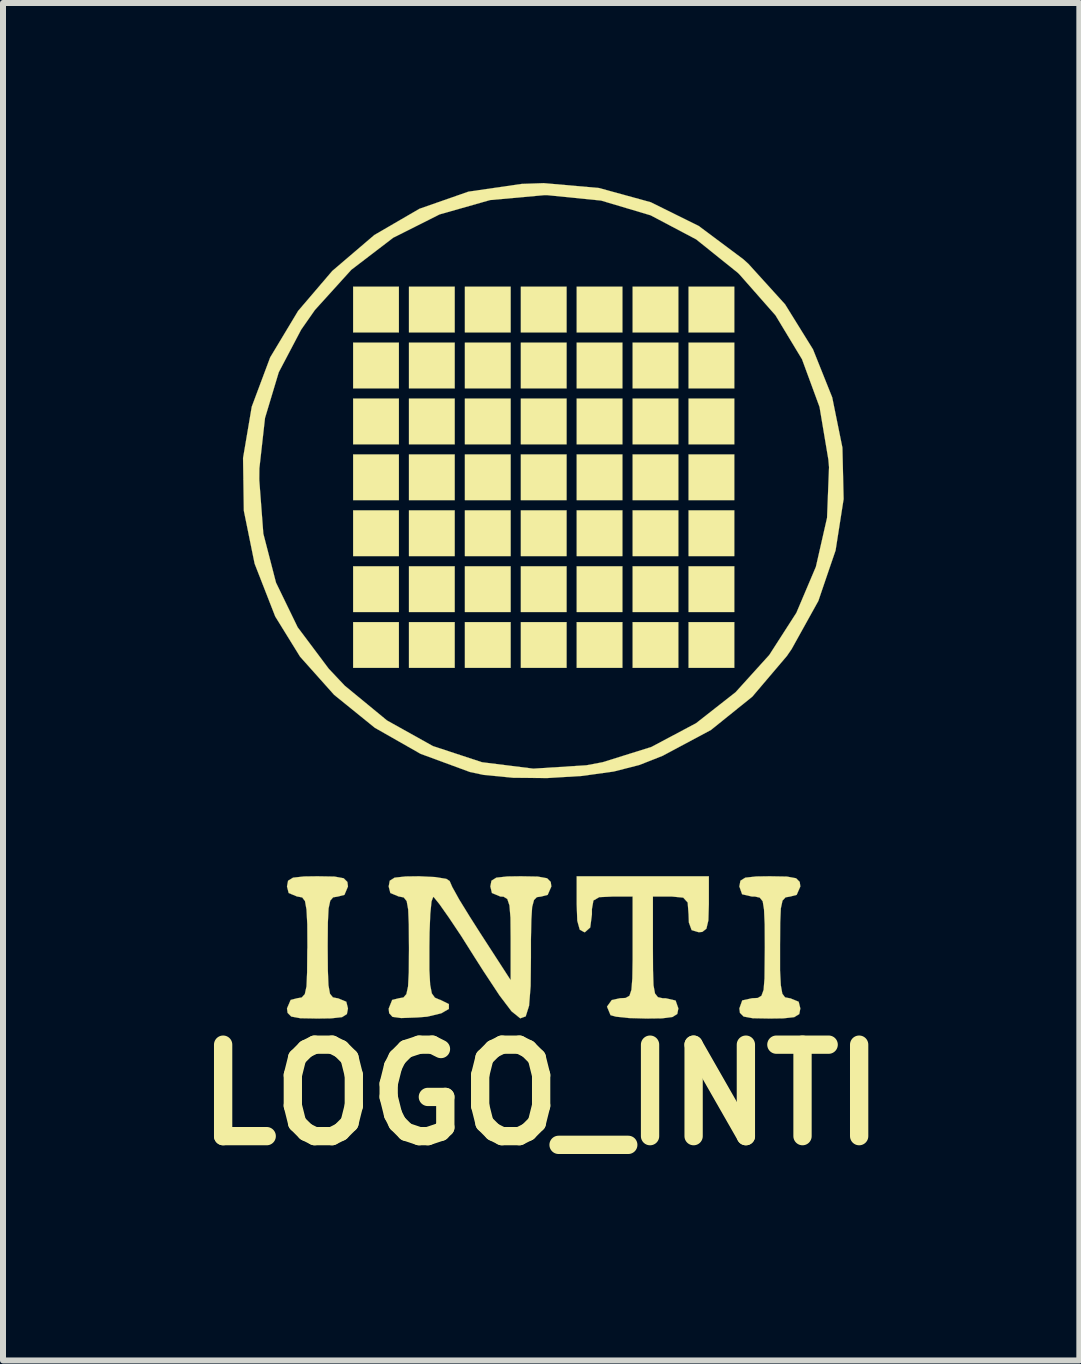
<source format=kicad_pcb>
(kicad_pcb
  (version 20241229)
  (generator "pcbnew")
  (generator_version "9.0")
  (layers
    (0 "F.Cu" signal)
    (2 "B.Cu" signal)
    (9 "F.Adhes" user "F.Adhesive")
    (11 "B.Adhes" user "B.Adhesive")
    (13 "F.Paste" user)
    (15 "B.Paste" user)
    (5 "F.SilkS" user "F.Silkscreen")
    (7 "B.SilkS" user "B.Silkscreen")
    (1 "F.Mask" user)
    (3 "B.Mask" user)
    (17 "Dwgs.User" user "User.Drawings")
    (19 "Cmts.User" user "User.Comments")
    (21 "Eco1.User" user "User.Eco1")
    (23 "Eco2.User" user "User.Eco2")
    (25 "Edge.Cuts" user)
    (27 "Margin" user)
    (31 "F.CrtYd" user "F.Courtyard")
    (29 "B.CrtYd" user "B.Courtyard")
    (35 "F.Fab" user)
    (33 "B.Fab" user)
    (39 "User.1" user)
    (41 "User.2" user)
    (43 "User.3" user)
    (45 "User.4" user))
  (footprint "LOGO_INTI"
    (layer "F.Cu")
    (at 5.965 6.976)
    (property "Reference" "LOGO_INTI" (at 0 8.212 0) (layer "F.SilkS") (effects (font (size 1.524 1.524) (thickness 0.305))))
    (attr through_hole)
    (fp_poly (pts (xy -2.37 -4.488) (xy -3.132 -4.488) (xy -3.132 -5.25) (xy -2.37 -5.25) (xy -2.37 -4.488)) (stroke (width 0.003) (type solid)) (fill yes) (layer "F.SilkS"))
    (fp_poly (pts (xy -2.37 -3.556) (xy -3.132 -3.556) (xy -3.132 -4.318) (xy -2.37 -4.318) (xy -2.37 -3.556)) (stroke (width 0.003) (type solid)) (fill yes) (layer "F.SilkS"))
    (fp_poly (pts (xy -2.37 -2.624) (xy -3.132 -2.624) (xy -3.132 -3.386) (xy -2.37 -3.386) (xy -2.37 -2.624)) (stroke (width 0.003) (type solid)) (fill yes) (layer "F.SilkS"))
    (fp_poly (pts (xy -2.37 -1.694) (xy -3.132 -1.694) (xy -3.132 -2.456) (xy -2.37 -2.456) (xy -2.37 -1.694)) (stroke (width 0.003) (type solid)) (fill yes) (layer "F.SilkS"))
    (fp_poly (pts (xy -2.37 -0.762) (xy -3.132 -0.762) (xy -3.132 -1.524) (xy -2.37 -1.524) (xy -2.37 -0.762)) (stroke (width 0.003) (type solid)) (fill yes) (layer "F.SilkS"))
    (fp_poly (pts (xy -2.37 0.17) (xy -3.132 0.17) (xy -3.132 -0.592) (xy -2.37 -0.592) (xy -2.37 0.17)) (stroke (width 0.003) (type solid)) (fill yes) (layer "F.SilkS"))
    (fp_poly (pts (xy -2.37 1.1) (xy -3.132 1.1) (xy -3.132 0.338) (xy -2.37 0.338) (xy -2.37 1.1)) (stroke (width 0.003) (type solid)) (fill yes) (layer "F.SilkS"))
    (fp_poly (pts (xy -1.44 -4.488) (xy -2.202 -4.488) (xy -2.202 -5.25) (xy -1.44 -5.25) (xy -1.44 -4.488)) (stroke (width 0.003) (type solid)) (fill yes) (layer "F.SilkS"))
    (fp_poly (pts (xy -1.44 -3.556) (xy -2.202 -3.556) (xy -2.202 -4.318) (xy -1.44 -4.318) (xy -1.44 -3.556)) (stroke (width 0.003) (type solid)) (fill yes) (layer "F.SilkS"))
    (fp_poly (pts (xy -1.44 -2.624) (xy -2.202 -2.624) (xy -2.202 -3.386) (xy -1.44 -3.386) (xy -1.44 -2.624)) (stroke (width 0.003) (type solid)) (fill yes) (layer "F.SilkS"))
    (fp_poly (pts (xy -1.44 -1.694) (xy -2.202 -1.694) (xy -2.202 -2.456) (xy -1.44 -2.456) (xy -1.44 -1.694)) (stroke (width 0.003) (type solid)) (fill yes) (layer "F.SilkS"))
    (fp_poly (pts (xy -1.44 -0.762) (xy -2.202 -0.762) (xy -2.202 -1.524) (xy -1.44 -1.524) (xy -1.44 -0.762)) (stroke (width 0.003) (type solid)) (fill yes) (layer "F.SilkS"))
    (fp_poly (pts (xy -1.44 0.17) (xy -2.202 0.17) (xy -2.202 -0.592) (xy -1.44 -0.592) (xy -1.44 0.17)) (stroke (width 0.003) (type solid)) (fill yes) (layer "F.SilkS"))
    (fp_poly (pts (xy -1.44 1.1) (xy -2.202 1.1) (xy -2.202 0.338) (xy -1.44 0.338) (xy -1.44 1.1)) (stroke (width 0.003) (type solid)) (fill yes) (layer "F.SilkS"))
    (fp_poly (pts (xy -0.508 -4.488) (xy -1.27 -4.488) (xy -1.27 -5.25) (xy -0.508 -5.25) (xy -0.508 -4.488)) (stroke (width 0.003) (type solid)) (fill yes) (layer "F.SilkS"))
    (fp_poly (pts (xy -0.508 -3.556) (xy -1.27 -3.556) (xy -1.27 -4.318) (xy -0.508 -4.318) (xy -0.508 -3.556)) (stroke (width 0.003) (type solid)) (fill yes) (layer "F.SilkS"))
    (fp_poly (pts (xy -0.508 -2.624) (xy -1.27 -2.624) (xy -1.27 -3.386) (xy -0.508 -3.386) (xy -0.508 -2.624)) (stroke (width 0.003) (type solid)) (fill yes) (layer "F.SilkS"))
    (fp_poly (pts (xy -0.508 -1.694) (xy -1.27 -1.694) (xy -1.27 -2.456) (xy -0.508 -2.456) (xy -0.508 -1.694)) (stroke (width 0.003) (type solid)) (fill yes) (layer "F.SilkS"))
    (fp_poly (pts (xy -0.508 -0.762) (xy -1.27 -0.762) (xy -1.27 -1.524) (xy -0.508 -1.524) (xy -0.508 -0.762)) (stroke (width 0.003) (type solid)) (fill yes) (layer "F.SilkS"))
    (fp_poly (pts (xy -0.508 0.17) (xy -1.27 0.17) (xy -1.27 -0.592) (xy -0.508 -0.592) (xy -0.508 0.17)) (stroke (width 0.003) (type solid)) (fill yes) (layer "F.SilkS"))
    (fp_poly (pts (xy -0.508 1.1) (xy -1.27 1.1) (xy -1.27 0.338) (xy -0.508 0.338) (xy -0.508 1.1)) (stroke (width 0.003) (type solid)) (fill yes) (layer "F.SilkS"))
    (fp_poly (pts (xy 0.424 -4.488) (xy -0.338 -4.488) (xy -0.338 -5.25) (xy 0.424 -5.25) (xy 0.424 -4.488)) (stroke (width 0.003) (type solid)) (fill yes) (layer "F.SilkS"))
    (fp_poly (pts (xy 0.424 -3.556) (xy -0.338 -3.556) (xy -0.338 -4.318) (xy 0.424 -4.318) (xy 0.424 -3.556)) (stroke (width 0.003) (type solid)) (fill yes) (layer "F.SilkS"))
    (fp_poly (pts (xy 0.424 -2.624) (xy -0.338 -2.624) (xy -0.338 -3.386) (xy 0.424 -3.386) (xy 0.424 -2.624)) (stroke (width 0.003) (type solid)) (fill yes) (layer "F.SilkS"))
    (fp_poly (pts (xy 0.424 -1.694) (xy -0.338 -1.694) (xy -0.338 -2.456) (xy 0.424 -2.456) (xy 0.424 -1.694)) (stroke (width 0.003) (type solid)) (fill yes) (layer "F.SilkS"))
    (fp_poly (pts (xy 0.424 -0.762) (xy -0.338 -0.762) (xy -0.338 -1.524) (xy 0.424 -1.524) (xy 0.424 -0.762)) (stroke (width 0.003) (type solid)) (fill yes) (layer "F.SilkS"))
    (fp_poly (pts (xy 0.424 0.17) (xy -0.338 0.17) (xy -0.338 -0.592) (xy 0.424 -0.592) (xy 0.424 0.17)) (stroke (width 0.003) (type solid)) (fill yes) (layer "F.SilkS"))
    (fp_poly (pts (xy 0.424 1.1) (xy -0.338 1.1) (xy -0.338 0.338) (xy 0.424 0.338) (xy 0.424 1.1)) (stroke (width 0.003) (type solid)) (fill yes) (layer "F.SilkS"))
    (fp_poly (pts (xy 1.354 -4.488) (xy 0.592 -4.488) (xy 0.592 -5.25) (xy 1.354 -5.25) (xy 1.354 -4.488)) (stroke (width 0.003) (type solid)) (fill yes) (layer "F.SilkS"))
    (fp_poly (pts (xy 1.354 -3.556) (xy 0.592 -3.556) (xy 0.592 -4.318) (xy 1.354 -4.318) (xy 1.354 -3.556)) (stroke (width 0.003) (type solid)) (fill yes) (layer "F.SilkS"))
    (fp_poly (pts (xy 1.354 -2.624) (xy 0.592 -2.624) (xy 0.592 -3.386) (xy 1.354 -3.386) (xy 1.354 -2.624)) (stroke (width 0.003) (type solid)) (fill yes) (layer "F.SilkS"))
    (fp_poly (pts (xy 1.354 -1.694) (xy 0.592 -1.694) (xy 0.592 -2.456) (xy 1.354 -2.456) (xy 1.354 -1.694)) (stroke (width 0.003) (type solid)) (fill yes) (layer "F.SilkS"))
    (fp_poly (pts (xy 1.354 -0.762) (xy 0.592 -0.762) (xy 0.592 -1.524) (xy 1.354 -1.524) (xy 1.354 -0.762)) (stroke (width 0.003) (type solid)) (fill yes) (layer "F.SilkS"))
    (fp_poly (pts (xy 1.354 0.17) (xy 0.592 0.17) (xy 0.592 -0.592) (xy 1.354 -0.592) (xy 1.354 0.17)) (stroke (width 0.003) (type solid)) (fill yes) (layer "F.SilkS"))
    (fp_poly (pts (xy 1.354 1.1) (xy 0.592 1.1) (xy 0.592 0.338) (xy 1.354 0.338) (xy 1.354 1.1)) (stroke (width 0.003) (type solid)) (fill yes) (layer "F.SilkS"))
    (fp_poly (pts (xy 2.286 -4.488) (xy 1.524 -4.488) (xy 1.524 -5.25) (xy 2.286 -5.25) (xy 2.286 -4.488)) (stroke (width 0.003) (type solid)) (fill yes) (layer "F.SilkS"))
    (fp_poly (pts (xy 2.286 -3.556) (xy 1.524 -3.556) (xy 1.524 -4.318) (xy 2.286 -4.318) (xy 2.286 -3.556)) (stroke (width 0.003) (type solid)) (fill yes) (layer "F.SilkS"))
    (fp_poly (pts (xy 2.286 -2.624) (xy 1.524 -2.624) (xy 1.524 -3.386) (xy 2.286 -3.386) (xy 2.286 -2.624)) (stroke (width 0.003) (type solid)) (fill yes) (layer "F.SilkS"))
    (fp_poly (pts (xy 2.286 -1.694) (xy 1.524 -1.694) (xy 1.524 -2.456) (xy 2.286 -2.456) (xy 2.286 -1.694)) (stroke (width 0.003) (type solid)) (fill yes) (layer "F.SilkS"))
    (fp_poly (pts (xy 2.286 -0.762) (xy 1.524 -0.762) (xy 1.524 -1.524) (xy 2.286 -1.524) (xy 2.286 -0.762)) (stroke (width 0.003) (type solid)) (fill yes) (layer "F.SilkS"))
    (fp_poly (pts (xy 2.286 0.17) (xy 1.524 0.17) (xy 1.524 -0.592) (xy 2.286 -0.592) (xy 2.286 0.17)) (stroke (width 0.003) (type solid)) (fill yes) (layer "F.SilkS"))
    (fp_poly (pts (xy 2.286 1.1) (xy 1.524 1.1) (xy 1.524 0.338) (xy 2.286 0.338) (xy 2.286 1.1)) (stroke (width 0.003) (type solid)) (fill yes) (layer "F.SilkS"))
    (fp_poly (pts (xy 3.218 -4.488) (xy 2.456 -4.488) (xy 2.456 -5.25) (xy 3.218 -5.25) (xy 3.218 -4.488)) (stroke (width 0.003) (type solid)) (fill yes) (layer "F.SilkS"))
    (fp_poly (pts (xy 3.218 -3.556) (xy 2.456 -3.556) (xy 2.456 -4.318) (xy 3.218 -4.318) (xy 3.218 -3.556)) (stroke (width 0.003) (type solid)) (fill yes) (layer "F.SilkS"))
    (fp_poly (pts (xy 3.218 -2.624) (xy 2.456 -2.624) (xy 2.456 -3.386) (xy 3.218 -3.386) (xy 3.218 -2.624)) (stroke (width 0.003) (type solid)) (fill yes) (layer "F.SilkS"))
    (fp_poly (pts (xy 3.218 -1.694) (xy 2.456 -1.694) (xy 2.456 -2.456) (xy 3.218 -2.456) (xy 3.218 -1.694)) (stroke (width 0.003) (type solid)) (fill yes) (layer "F.SilkS"))
    (fp_poly (pts (xy 3.218 -0.762) (xy 2.456 -0.762) (xy 2.456 -1.524) (xy 3.218 -1.524) (xy 3.218 -0.762)) (stroke (width 0.003) (type solid)) (fill yes) (layer "F.SilkS"))
    (fp_poly (pts (xy 3.218 0.17) (xy 2.456 0.17) (xy 2.456 -0.592) (xy 3.218 -0.592) (xy 3.218 0.17)) (stroke (width 0.003) (type solid)) (fill yes) (layer "F.SilkS"))
    (fp_poly (pts (xy 3.218 1.1) (xy 2.456 1.1) (xy 2.456 0.338) (xy 3.218 0.338) (xy 3.218 1.1)) (stroke (width 0.003) (type solid)) (fill yes) (layer "F.SilkS"))
    (fp_poly (pts (xy -3.218 6.774) (xy -3.236 6.868) (xy -3.317 6.919) (xy -3.5 6.939) (xy -3.726 6.942) (xy -4.011 6.937) (xy -4.163 6.909) (xy -4.224 6.848) (xy -4.234 6.774) (xy -4.173 6.632) (xy -4.064 6.604) (xy -3.988 6.591) (xy -3.937 6.535) (xy -3.909 6.406) (xy -3.899 6.172) (xy -3.896 5.801) (xy -3.894 5.758) (xy -3.896 5.372) (xy -3.909 5.126) (xy -3.934 4.986) (xy -3.98 4.925) (xy -4.056 4.91) (xy -4.064 4.91) (xy -4.206 4.851) (xy -4.234 4.742) (xy -4.216 4.646) (xy -4.133 4.595) (xy -3.95 4.575) (xy -3.726 4.572) (xy -3.442 4.577) (xy -3.289 4.605) (xy -3.228 4.666) (xy -3.218 4.742) (xy -3.277 4.882) (xy -3.386 4.91) (xy -3.465 4.923) (xy -3.513 4.978) (xy -3.541 5.108) (xy -3.553 5.342) (xy -3.556 5.712) (xy -3.556 5.758) (xy -3.553 6.142) (xy -3.543 6.388) (xy -3.518 6.528) (xy -3.47 6.589) (xy -3.396 6.604) (xy -3.386 6.604) (xy -3.246 6.662) (xy -3.218 6.774)) (stroke (width 0.003) (type solid)) (fill yes) (layer "F.SilkS"))
    (fp_poly (pts (xy 4.318 6.774) (xy 4.3 6.868) (xy 4.216 6.919) (xy 4.034 6.939) (xy 3.81 6.942) (xy 3.526 6.937) (xy 3.373 6.909) (xy 3.312 6.848) (xy 3.302 6.774) (xy 3.35 6.64) (xy 3.513 6.604) (xy 3.609 6.599) (xy 3.67 6.563) (xy 3.706 6.464) (xy 3.721 6.274) (xy 3.724 5.959) (xy 3.726 5.758) (xy 3.724 5.372) (xy 3.713 5.126) (xy 3.691 4.989) (xy 3.642 4.928) (xy 3.564 4.91) (xy 3.513 4.91) (xy 3.348 4.872) (xy 3.302 4.742) (xy 3.32 4.646) (xy 3.401 4.595) (xy 3.584 4.575) (xy 3.81 4.572) (xy 4.094 4.577) (xy 4.247 4.605) (xy 4.308 4.666) (xy 4.318 4.742) (xy 4.257 4.882) (xy 4.148 4.91) (xy 4.072 4.923) (xy 4.021 4.978) (xy 3.993 5.108) (xy 3.983 5.342) (xy 3.98 5.712) (xy 3.98 5.758) (xy 3.98 6.142) (xy 3.993 6.388) (xy 4.018 6.528) (xy 4.064 6.589) (xy 4.14 6.604) (xy 4.148 6.604) (xy 4.29 6.662) (xy 4.318 6.774)) (stroke (width 0.003) (type solid)) (fill yes) (layer "F.SilkS"))
    (fp_poly (pts (xy 2.794 5.037) (xy 2.786 5.306) (xy 2.753 5.446) (xy 2.685 5.499) (xy 2.624 5.504) (xy 2.507 5.469) (xy 2.461 5.342) (xy 2.456 5.207) (xy 2.441 5.009) (xy 2.367 4.928) (xy 2.182 4.91) (xy 2.159 4.91) (xy 1.862 4.91) (xy 1.862 5.758) (xy 1.864 6.142) (xy 1.872 6.388) (xy 1.897 6.525) (xy 1.946 6.586) (xy 2.024 6.604) (xy 2.075 6.604) (xy 2.24 6.642) (xy 2.286 6.774) (xy 2.268 6.866) (xy 2.189 6.916) (xy 2.014 6.939) (xy 1.75 6.942) (xy 1.463 6.934) (xy 1.247 6.911) (xy 1.156 6.886) (xy 1.097 6.744) (xy 1.176 6.634) (xy 1.313 6.604) (xy 1.407 6.599) (xy 1.471 6.563) (xy 1.504 6.464) (xy 1.519 6.274) (xy 1.524 5.959) (xy 1.524 5.758) (xy 1.524 4.91) (xy 1.186 4.91) (xy 0.968 4.92) (xy 0.871 4.976) (xy 0.846 5.118) (xy 0.846 5.207) (xy 0.818 5.425) (xy 0.732 5.502) (xy 0.719 5.504) (xy 0.643 5.461) (xy 0.602 5.314) (xy 0.592 5.037) (xy 0.592 4.572) (xy 1.694 4.572) (xy 2.794 4.572) (xy 2.794 5.037)) (stroke (width 0.003) (type solid)) (fill yes) (layer "F.SilkS"))
    (fp_poly (pts (xy 0.17 4.742) (xy 0.109 4.882) (xy 0 4.91) (xy -0.071 4.92) (xy -0.119 4.968) (xy -0.15 5.085) (xy -0.163 5.293) (xy -0.17 5.626) (xy -0.17 5.926) (xy -0.175 6.401) (xy -0.201 6.728) (xy -0.257 6.906) (xy -0.348 6.939) (xy -0.493 6.822) (xy -0.693 6.558) (xy -0.963 6.149) (xy -1.102 5.931) (xy -1.333 5.565) (xy -1.537 5.26) (xy -1.694 5.037) (xy -1.786 4.923) (xy -1.798 4.915) (xy -1.826 4.991) (xy -1.847 5.202) (xy -1.859 5.509) (xy -1.862 5.748) (xy -1.862 6.132) (xy -1.849 6.378) (xy -1.821 6.523) (xy -1.77 6.594) (xy -1.689 6.629) (xy -1.684 6.629) (xy -1.537 6.701) (xy -1.537 6.782) (xy -1.664 6.855) (xy -1.897 6.911) (xy -2.06 6.924) (xy -2.332 6.934) (xy -2.477 6.914) (xy -2.532 6.853) (xy -2.54 6.777) (xy -2.482 6.632) (xy -2.37 6.604) (xy -2.294 6.591) (xy -2.245 6.535) (xy -2.217 6.406) (xy -2.205 6.172) (xy -2.202 5.801) (xy -2.202 5.758) (xy -2.205 5.372) (xy -2.215 5.126) (xy -2.24 4.986) (xy -2.289 4.925) (xy -2.362 4.91) (xy -2.37 4.91) (xy -2.512 4.851) (xy -2.54 4.742) (xy -2.522 4.646) (xy -2.441 4.595) (xy -2.258 4.575) (xy -2.032 4.572) (xy -1.765 4.585) (xy -1.58 4.615) (xy -1.524 4.651) (xy -1.481 4.75) (xy -1.364 4.961) (xy -1.189 5.245) (xy -1.016 5.517) (xy -0.508 6.302) (xy -0.508 5.606) (xy -0.511 5.263) (xy -0.528 5.057) (xy -0.564 4.95) (xy -0.627 4.912) (xy -0.678 4.91) (xy -0.82 4.851) (xy -0.846 4.742) (xy -0.828 4.646) (xy -0.747 4.595) (xy -0.564 4.575) (xy -0.338 4.572) (xy -0.056 4.577) (xy 0.099 4.605) (xy 0.16 4.666) (xy 0.17 4.742)) (stroke (width 0.003) (type solid)) (fill yes) (layer "F.SilkS"))
    (fp_poly (pts (xy 5.039 -1.712) (xy 4.905 -0.856) (xy 4.796 -0.538) (xy 4.796 -2.243) (xy 4.785 -2.37) (xy 4.638 -3.246) (xy 4.346 -4.041) (xy 3.904 -4.773) (xy 3.305 -5.453) (xy 3.277 -5.481) (xy 2.583 -6.038) (xy 1.824 -6.439) (xy 0.998 -6.685) (xy 0.109 -6.774) (xy 0.043 -6.774) (xy -0.851 -6.693) (xy -1.692 -6.454) (xy -2.464 -6.066) (xy -3.162 -5.532) (xy -3.769 -4.862) (xy -3.998 -4.534) (xy -4.371 -3.825) (xy -4.6 -3.063) (xy -4.694 -2.223) (xy -4.696 -2.032) (xy -4.628 -1.135) (xy -4.417 -0.32) (xy -4.056 0.424) (xy -3.538 1.115) (xy -3.272 1.397) (xy -2.568 1.976) (xy -1.803 2.403) (xy -0.986 2.672) (xy -0.13 2.779) (xy 0.754 2.723) (xy 1.024 2.672) (xy 1.836 2.418) (xy 2.581 2.022) (xy 3.239 1.506) (xy 3.8 0.886) (xy 4.252 0.183) (xy 4.577 -0.584) (xy 4.763 -1.4) (xy 4.796 -2.243) (xy 4.796 -0.538) (xy 4.618 -0.015) (xy 4.173 0.787) (xy 4.094 0.902) (xy 3.518 1.58) (xy 2.83 2.134) (xy 2.024 2.565) (xy 1.636 2.718) (xy 1.209 2.827) (xy 0.676 2.901) (xy 0.099 2.936) (xy -0.465 2.931) (xy -0.96 2.883) (xy -1.186 2.835) (xy -2.009 2.532) (xy -2.771 2.098) (xy -3.449 1.549) (xy -4.016 0.914) (xy -4.43 0.244) (xy -4.773 -0.635) (xy -4.953 -1.519) (xy -4.966 -2.395) (xy -4.821 -3.251) (xy -4.514 -4.072) (xy -4.049 -4.846) (xy -3.48 -5.512) (xy -2.779 -6.111) (xy -2.027 -6.548) (xy -1.212 -6.833) (xy -0.325 -6.962) (xy 0.043 -6.975) (xy 0.963 -6.894) (xy 1.826 -6.657) (xy 2.626 -6.261) (xy 3.368 -5.707) (xy 3.452 -5.631) (xy 4.064 -4.956) (xy 4.529 -4.206) (xy 4.849 -3.406) (xy 5.019 -2.568) (xy 5.039 -1.712)) (stroke (width 0.003) (type solid)) (fill yes) (layer "F.SilkS")))
  (gr_rect
    (start -3 -3)
    (end 14.931 19.614)
    (stroke (width 0.1) (type default))
    (fill no)
    (layer "Edge.Cuts")))
</source>
